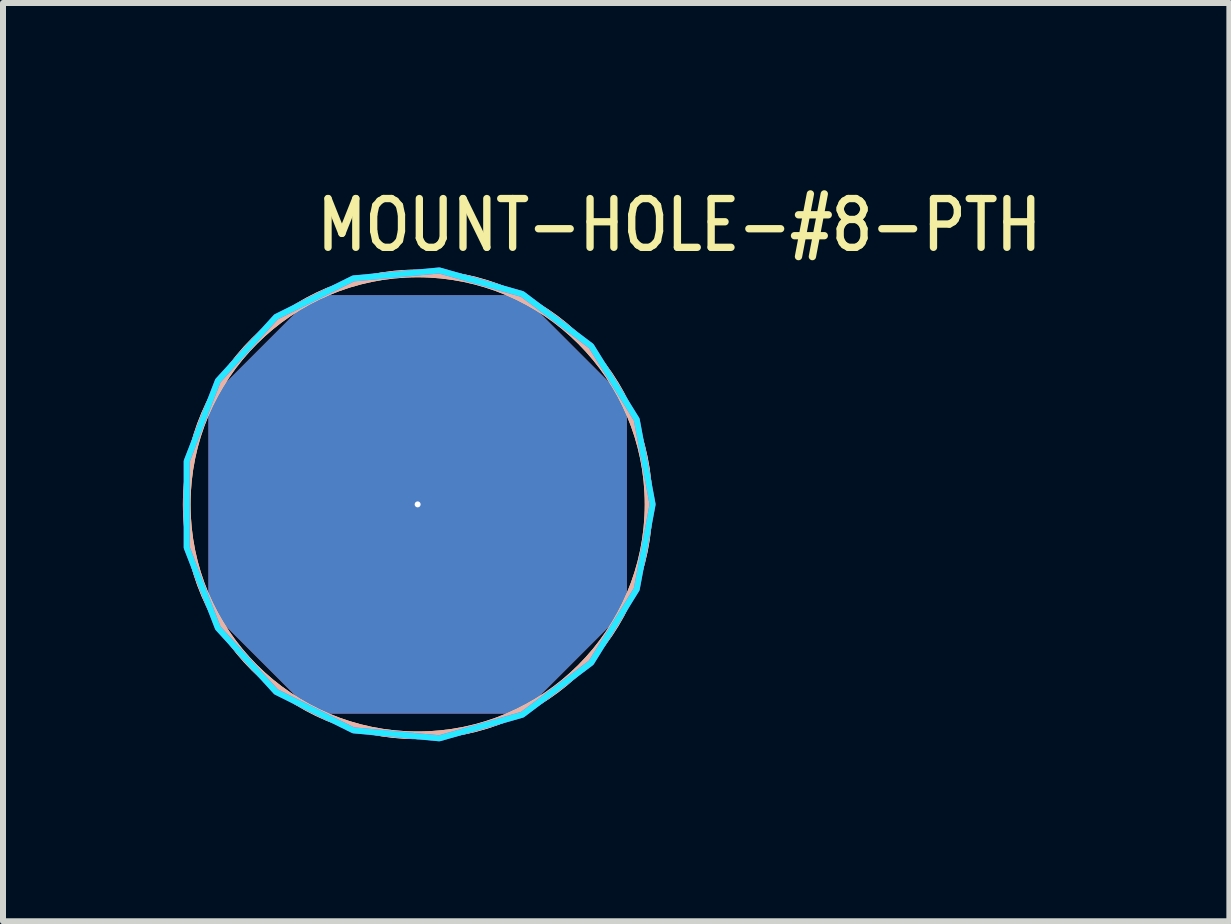
<source format=kicad_pcb>
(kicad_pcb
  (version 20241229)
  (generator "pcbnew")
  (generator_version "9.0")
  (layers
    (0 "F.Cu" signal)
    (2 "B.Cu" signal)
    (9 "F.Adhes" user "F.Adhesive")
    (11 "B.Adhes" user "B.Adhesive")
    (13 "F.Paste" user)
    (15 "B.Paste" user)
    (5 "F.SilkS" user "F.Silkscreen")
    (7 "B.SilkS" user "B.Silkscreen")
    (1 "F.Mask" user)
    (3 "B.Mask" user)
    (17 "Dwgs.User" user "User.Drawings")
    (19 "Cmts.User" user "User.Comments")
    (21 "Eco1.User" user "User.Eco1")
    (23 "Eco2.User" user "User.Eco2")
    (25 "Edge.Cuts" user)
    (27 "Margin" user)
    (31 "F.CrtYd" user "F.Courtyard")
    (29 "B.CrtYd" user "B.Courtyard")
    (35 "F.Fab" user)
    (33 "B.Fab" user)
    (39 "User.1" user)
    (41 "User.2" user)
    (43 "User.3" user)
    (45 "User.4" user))
  (footprint "MOUNT-HOLE-#8-PTH"
    (layer "F.Cu")
    (at 3.913 5.359)
    (property "Reference" "MOUNT-HOLE-#8-PTH" (at -1.74 -4.18 0) (unlocked yes) (layer "F.SilkS") (effects (font (size 0.813 0.695) (thickness 0.122)) (justify left bottom)))
    (fp_circle (center 0 0) (end 3.85 0) (stroke (width 0.127) (type solid)) (fill no) (layer "F.SilkS"))
    (fp_circle (center 0 0) (end 3.85 0) (stroke (width 0.127) (type solid)) (fill no) (layer "B.SilkS"))
    (fp_poly (pts (xy 3.917 0) (xy 3.652 -1.415) (xy 2.894 -2.639) (xy 1.746 -3.506) (xy 0.361 -3.9) (xy -1.072 -3.767) (xy -2.36 -3.126) (xy -3.33 -2.062) (xy -3.85 -0.72) (xy -3.85 0.72) (xy -3.33 2.062) (xy -2.36 3.126) (xy -1.072 3.767) (xy 0.361 3.9) (xy 1.746 3.506) (xy 2.894 2.639) (xy 3.652 1.415)) (stroke (width 0.1) (type solid)) (fill no) (layer "B.CrtYd"))
    (fp_poly (pts (xy 3.917 0) (xy 3.652 -1.415) (xy 2.894 -2.639) (xy 1.746 -3.506) (xy 0.361 -3.9) (xy -1.072 -3.767) (xy -2.36 -3.126) (xy -3.33 -2.062) (xy -3.85 -0.72) (xy -3.85 0.72) (xy -3.33 2.062) (xy -2.36 3.126) (xy -1.072 3.767) (xy 0.361 3.9) (xy 1.746 3.506) (xy 2.894 2.639) (xy 3.652 1.415)) (stroke (width 0.1) (type solid)) (fill no) (layer "F.CrtYd"))
    (pad "1" thru_hole custom (at 0 0) (size 0.1 0.1) (drill 4.496) (layers "*.Cu" "*.Mask") (options (anchor rect)) (primitives (gr_poly (pts (xy 3.429 1.714) (xy 1.714 3.429) (xy -1.714 3.429) (xy -3.429 1.714) (xy -3.429 -1.714) (xy -1.714 -3.429) (xy 1.714 -3.429) (xy 3.429 -1.714)) (width 0.12) (fill yes)))))
  (gr_rect
    (start -3 -3)
    (end 17.446 12.309)
    (stroke (width 0.1) (type default))
    (fill no)
    (layer "Edge.Cuts")))
</source>
